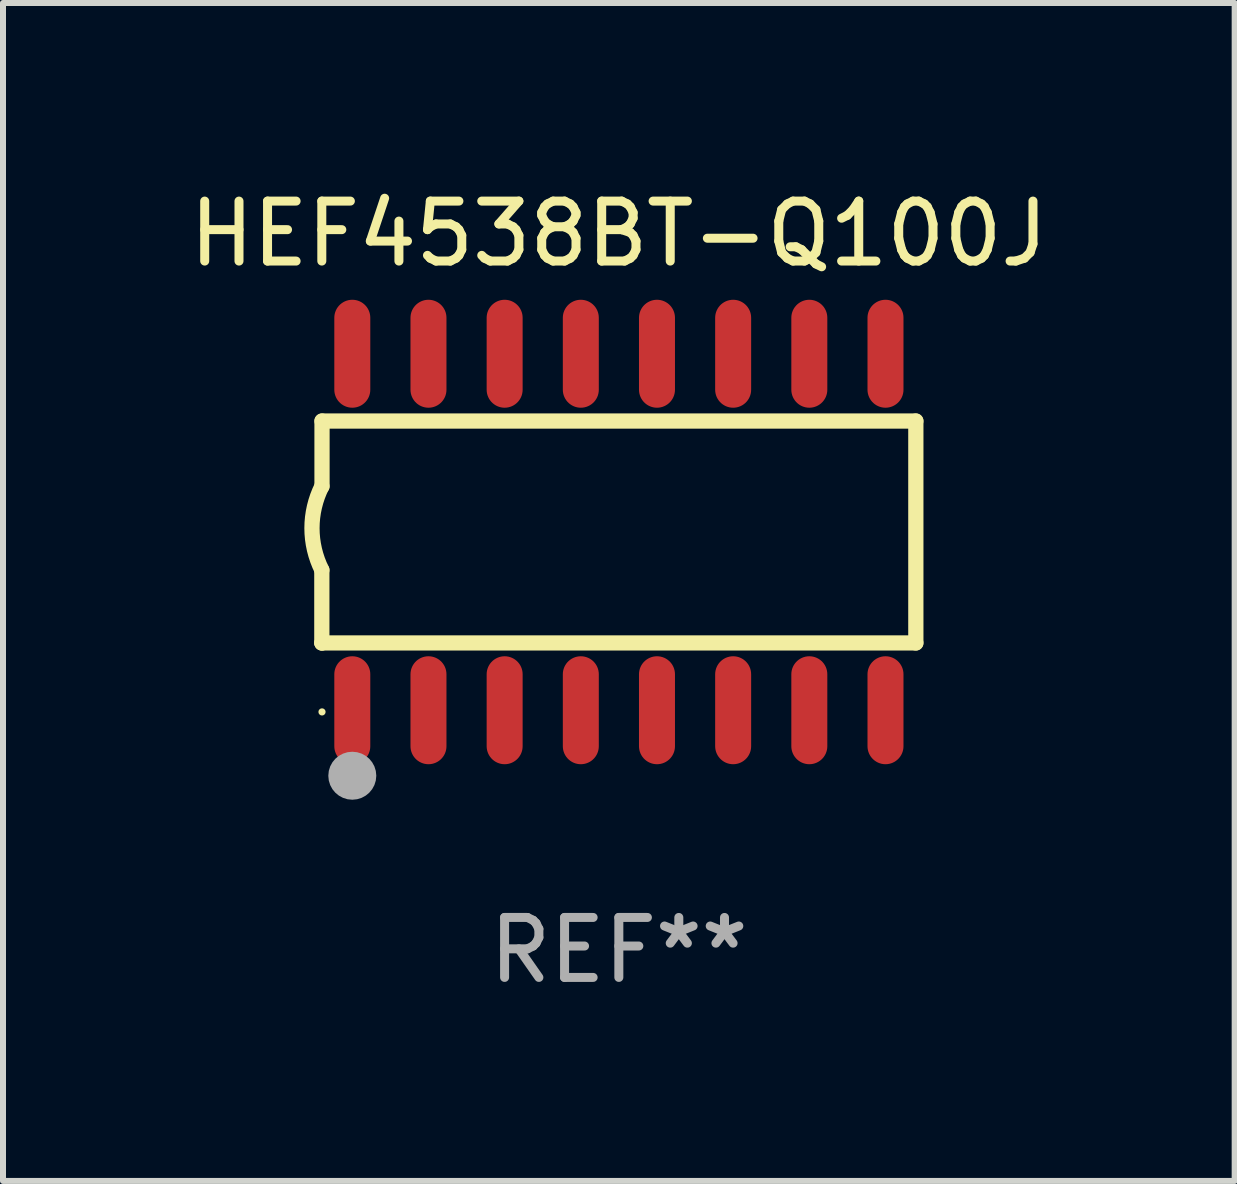
<source format=kicad_pcb>
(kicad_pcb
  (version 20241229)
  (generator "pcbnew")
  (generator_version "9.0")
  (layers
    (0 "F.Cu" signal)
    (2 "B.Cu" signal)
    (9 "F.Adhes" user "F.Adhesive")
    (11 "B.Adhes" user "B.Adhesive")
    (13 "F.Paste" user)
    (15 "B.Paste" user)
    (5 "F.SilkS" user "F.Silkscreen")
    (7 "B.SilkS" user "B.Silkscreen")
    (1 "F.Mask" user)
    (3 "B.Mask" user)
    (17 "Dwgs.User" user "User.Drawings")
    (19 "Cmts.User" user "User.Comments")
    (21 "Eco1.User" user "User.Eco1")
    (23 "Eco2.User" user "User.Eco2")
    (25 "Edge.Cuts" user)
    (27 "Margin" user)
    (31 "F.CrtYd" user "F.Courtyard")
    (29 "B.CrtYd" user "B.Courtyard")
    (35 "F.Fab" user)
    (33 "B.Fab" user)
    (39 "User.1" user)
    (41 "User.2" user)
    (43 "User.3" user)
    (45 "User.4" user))
  (footprint "HEF4538BT-Q100J"
    (layer "F.Cu")
    (at 7.268 5.82)
    (property "Reference" "HEF4538BT-Q100J" (at 0 -4.972 0) (layer "F.SilkS") (effects (font (size 1 1) (thickness 0.15))))
    (attr through_hole)
    (fp_line (start -4.952 0.635) (end -4.952 1.85) (stroke (width 0.254) (type solid)) (layer "F.SilkS"))
    (fp_line (start -4.952 1.85) (end -4.949 1.85) (stroke (width 0.254) (type solid)) (layer "F.SilkS"))
    (fp_line (start -4.949 -1.85) (end -4.949 -0.762) (stroke (width 0.254) (type solid)) (layer "F.SilkS"))
    (fp_line (start -4.949 1.85) (end 4.952 1.85) (stroke (width 0.254) (type solid)) (layer "F.SilkS"))
    (fp_line (start 4.952 -1.85) (end -4.949 -1.85) (stroke (width 0.254) (type solid)) (layer "F.SilkS"))
    (fp_line (start 4.952 1.85) (end 4.952 -1.85) (stroke (width 0.254) (type solid)) (layer "F.SilkS"))
    (fp_arc (start -4.951524 0.635001) (mid -5.116418 -0.0635) (end -4.951524 -0.762002) (stroke (width 0.254001) (type solid)) (layer "F.SilkS"))
    (fp_circle (center -4.949 3) (end -4.919 3) (stroke (width 0.06) (type solid)) (fill no) (layer "F.SilkS"))
    (fp_circle (center -4.444 4.064) (end -4.244 4.064) (stroke (width 0.4) (type solid)) (fill no) (layer "F.Fab"))
    (fp_text user "REF**" (at 0 6.972 0) (layer "F.Fab") (effects (font (size 1 1) (thickness 0.15))))
    (pad "1" smd oval (at -4.444 2.972 180) (size 0.6 1.8) (layers "F.Cu" "F.Mask" "F.Paste"))
    (pad "2" smd oval (at -3.174 2.972 180) (size 0.6 1.8) (layers "F.Cu" "F.Mask" "F.Paste"))
    (pad "3" smd oval (at -1.904 2.972 180) (size 0.6 1.8) (layers "F.Cu" "F.Mask" "F.Paste"))
    (pad "4" smd oval (at -0.634 2.972 180) (size 0.6 1.8) (layers "F.Cu" "F.Mask" "F.Paste"))
    (pad "5" smd oval (at 0.636 2.972 180) (size 0.6 1.8) (layers "F.Cu" "F.Mask" "F.Paste"))
    (pad "6" smd oval (at 1.906 2.972 180) (size 0.6 1.8) (layers "F.Cu" "F.Mask" "F.Paste"))
    (pad "7" smd oval (at 3.176 2.972 180) (size 0.6 1.8) (layers "F.Cu" "F.Mask" "F.Paste"))
    (pad "8" smd oval (at 4.446 2.972 180) (size 0.6 1.8) (layers "F.Cu" "F.Mask" "F.Paste"))
    (pad "9" smd oval (at 4.446 -2.972 180) (size 0.6 1.8) (layers "F.Cu" "F.Mask" "F.Paste"))
    (pad "10" smd oval (at 3.176 -2.972 180) (size 0.6 1.8) (layers "F.Cu" "F.Mask" "F.Paste"))
    (pad "11" smd oval (at 1.906 -2.972 180) (size 0.6 1.8) (layers "F.Cu" "F.Mask" "F.Paste"))
    (pad "12" smd oval (at 0.636 -2.972 180) (size 0.6 1.8) (layers "F.Cu" "F.Mask" "F.Paste"))
    (pad "13" smd oval (at -0.634 -2.972 180) (size 0.6 1.8) (layers "F.Cu" "F.Mask" "F.Paste"))
    (pad "14" smd oval (at -1.904 -2.972 180) (size 0.6 1.8) (layers "F.Cu" "F.Mask" "F.Paste"))
    (pad "15" smd oval (at -3.174 -2.972 180) (size 0.6 1.8) (layers "F.Cu" "F.Mask" "F.Paste"))
    (pad "16" smd oval (at -4.444 -2.972 180) (size 0.6 1.8) (layers "F.Cu" "F.Mask" "F.Paste")))
  (gr_rect
    (start -3 -3)
    (end 17.536 16.64)
    (stroke (width 0.1) (type default))
    (fill no)
    (layer "Edge.Cuts")))
</source>
